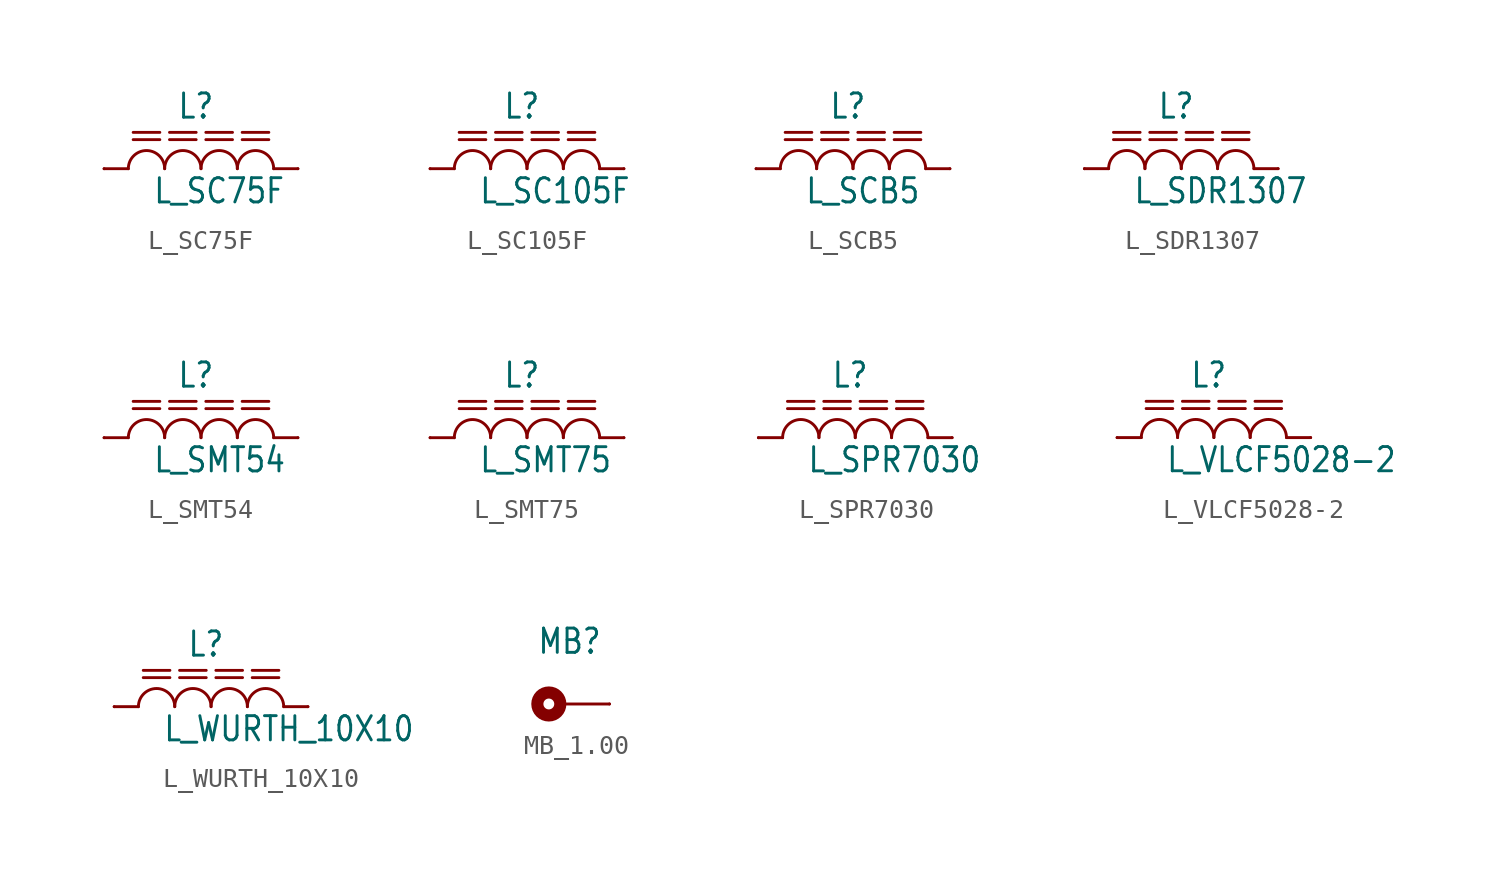
<source format=kicad_sym>
(kicad_symbol_lib
  (version 20201005)
  (generator kicad_symbol_editor)
  (symbol "L_SC75F"
    (property "Reference" "L"
      (at -1.27 2.54 0)
      (effects (font (size 1.27 1.079)) (justify left bottom)))
    (property "Value" "L_SC75F"
      (at -2.54 -1.905 0)
      (effects (font (size 1.27 1.079)) (justify left bottom)))
    (property "ki_locked" ""
      (at 0 0 0)
      (effects (font (size 1.27 1.27))))
    (symbol "L_SC75F_1_0"
      (arc (start -1.905 0) (end -3.81 0) (radius (at -2.8575 0) (length 0.9525) (angles 0.1 179.9)) (stroke (width 0.1524)) (fill (type none)))
      (arc (start 0 0) (end -1.905 0) (radius (at -0.9525 0) (length 0.9525) (angles 0.1 179.9)) (stroke (width 0.1524)) (fill (type none)))
      (arc (start 1.905 0) (end 0 0) (radius (at 0.9525 0) (length 0.9525) (angles 0.1 179.9)) (stroke (width 0.1524)) (fill (type none)))
      (arc (start 3.81 0) (end 1.905 0) (radius (at 2.8575 0) (length 0.9525) (angles 0.1 179.9)) (stroke (width 0.1524)) (fill (type none)))
      (polyline (pts (xy 3.81 0) (xy 5.08 0)) (stroke (width 0.152)) (fill (type none)))
      (polyline (pts (xy -5.08 0) (xy -3.81 0)) (stroke (width 0.152)) (fill (type none)))
      (polyline (pts (xy -3.556 1.905) (xy -2.159 1.905)) (stroke (width 0.152)) (fill (type none)))
      (polyline (pts (xy 0.254 1.905) (xy 1.651 1.905)) (stroke (width 0.152)) (fill (type none)))
      (polyline (pts (xy -1.651 1.905) (xy -0.254 1.905)) (stroke (width 0.152)) (fill (type none)))
      (polyline (pts (xy 2.159 1.905) (xy 3.556 1.905)) (stroke (width 0.152)) (fill (type none)))
      (polyline (pts (xy -3.556 1.524) (xy -2.159 1.524)) (stroke (width 0.152)) (fill (type none)))
      (polyline (pts (xy -1.651 1.524) (xy -0.254 1.524)) (stroke (width 0.152)) (fill (type none)))
      (polyline (pts (xy 0.254 1.524) (xy 1.651 1.524)) (stroke (width 0.152)) (fill (type none)))
      (polyline (pts (xy 2.159 1.524) (xy 3.556 1.524)) (stroke (width 0.152)) (fill (type none)))
      (pin passive line (at -5.08 0 0) (length 0) (name "1" (effects (font (size 0 0)))) (number "P$1" (effects (font (size 0 0)))))
      (pin passive line (at 5.08 0 180) (length 0) (name "2" (effects (font (size 0 0)))) (number "P$2" (effects (font (size 0 0)))))))
  (symbol "L_SC105F"
    (property "Reference" "L"
      (at -1.27 2.54 0)
      (effects (font (size 1.27 1.079)) (justify left bottom)))
    (property "Value" "L_SC105F"
      (at -2.54 -1.905 0)
      (effects (font (size 1.27 1.079)) (justify left bottom)))
    (property "ki_locked" ""
      (at 0 0 0)
      (effects (font (size 1.27 1.27))))
    (symbol "L_SC105F_1_0"
      (arc (start -1.905 0) (end -3.81 0) (radius (at -2.8575 0) (length 0.9525) (angles 0.1 179.9)) (stroke (width 0.1524)) (fill (type none)))
      (arc (start 0 0) (end -1.905 0) (radius (at -0.9525 0) (length 0.9525) (angles 0.1 179.9)) (stroke (width 0.1524)) (fill (type none)))
      (arc (start 1.905 0) (end 0 0) (radius (at 0.9525 0) (length 0.9525) (angles 0.1 179.9)) (stroke (width 0.1524)) (fill (type none)))
      (arc (start 3.81 0) (end 1.905 0) (radius (at 2.8575 0) (length 0.9525) (angles 0.1 179.9)) (stroke (width 0.1524)) (fill (type none)))
      (polyline (pts (xy 3.81 0) (xy 5.08 0)) (stroke (width 0.152)) (fill (type none)))
      (polyline (pts (xy -5.08 0) (xy -3.81 0)) (stroke (width 0.152)) (fill (type none)))
      (polyline (pts (xy -3.556 1.905) (xy -2.159 1.905)) (stroke (width 0.152)) (fill (type none)))
      (polyline (pts (xy 0.254 1.905) (xy 1.651 1.905)) (stroke (width 0.152)) (fill (type none)))
      (polyline (pts (xy -1.651 1.905) (xy -0.254 1.905)) (stroke (width 0.152)) (fill (type none)))
      (polyline (pts (xy 2.159 1.905) (xy 3.556 1.905)) (stroke (width 0.152)) (fill (type none)))
      (polyline (pts (xy -3.556 1.524) (xy -2.159 1.524)) (stroke (width 0.152)) (fill (type none)))
      (polyline (pts (xy -1.651 1.524) (xy -0.254 1.524)) (stroke (width 0.152)) (fill (type none)))
      (polyline (pts (xy 0.254 1.524) (xy 1.651 1.524)) (stroke (width 0.152)) (fill (type none)))
      (polyline (pts (xy 2.159 1.524) (xy 3.556 1.524)) (stroke (width 0.152)) (fill (type none)))
      (pin passive line (at -5.08 0 0) (length 0) (name "1" (effects (font (size 0 0)))) (number "P$1" (effects (font (size 0 0)))))
      (pin passive line (at 5.08 0 180) (length 0) (name "2" (effects (font (size 0 0)))) (number "P$2" (effects (font (size 0 0)))))))
  (symbol "L_SCB5"
    (property "Reference" "L"
      (at -1.27 2.54 0)
      (effects (font (size 1.27 1.079)) (justify left bottom)))
    (property "Value" "L_SCB5"
      (at -2.54 -1.905 0)
      (effects (font (size 1.27 1.079)) (justify left bottom)))
    (property "ki_locked" ""
      (at 0 0 0)
      (effects (font (size 1.27 1.27))))
    (symbol "L_SCB5_1_0"
      (arc (start -1.905 0) (end -3.81 0) (radius (at -2.8575 0) (length 0.9525) (angles 0.1 179.9)) (stroke (width 0.1524)) (fill (type none)))
      (arc (start 0 0) (end -1.905 0) (radius (at -0.9525 0) (length 0.9525) (angles 0.1 179.9)) (stroke (width 0.1524)) (fill (type none)))
      (arc (start 1.905 0) (end 0 0) (radius (at 0.9525 0) (length 0.9525) (angles 0.1 179.9)) (stroke (width 0.1524)) (fill (type none)))
      (arc (start 3.81 0) (end 1.905 0) (radius (at 2.8575 0) (length 0.9525) (angles 0.1 179.9)) (stroke (width 0.1524)) (fill (type none)))
      (polyline (pts (xy 3.81 0) (xy 5.08 0)) (stroke (width 0.152)) (fill (type none)))
      (polyline (pts (xy -5.08 0) (xy -3.81 0)) (stroke (width 0.152)) (fill (type none)))
      (polyline (pts (xy -3.556 1.905) (xy -2.159 1.905)) (stroke (width 0.152)) (fill (type none)))
      (polyline (pts (xy 0.254 1.905) (xy 1.651 1.905)) (stroke (width 0.152)) (fill (type none)))
      (polyline (pts (xy -1.651 1.905) (xy -0.254 1.905)) (stroke (width 0.152)) (fill (type none)))
      (polyline (pts (xy 2.159 1.905) (xy 3.556 1.905)) (stroke (width 0.152)) (fill (type none)))
      (polyline (pts (xy -3.556 1.524) (xy -2.159 1.524)) (stroke (width 0.152)) (fill (type none)))
      (polyline (pts (xy -1.651 1.524) (xy -0.254 1.524)) (stroke (width 0.152)) (fill (type none)))
      (polyline (pts (xy 0.254 1.524) (xy 1.651 1.524)) (stroke (width 0.152)) (fill (type none)))
      (polyline (pts (xy 2.159 1.524) (xy 3.556 1.524)) (stroke (width 0.152)) (fill (type none)))
      (pin passive line (at -5.08 0 0) (length 0) (name "1" (effects (font (size 0 0)))) (number "P$1" (effects (font (size 0 0)))))
      (pin passive line (at 5.08 0 180) (length 0) (name "2" (effects (font (size 0 0)))) (number "P$2" (effects (font (size 0 0)))))))
  (symbol "L_SDR1307"
    (property "Reference" "L"
      (at -1.27 2.54 0)
      (effects (font (size 1.27 1.079)) (justify left bottom)))
    (property "Value" "L_SDR1307"
      (at -2.54 -1.905 0)
      (effects (font (size 1.27 1.079)) (justify left bottom)))
    (property "ki_locked" ""
      (at 0 0 0)
      (effects (font (size 1.27 1.27))))
    (symbol "L_SDR1307_1_0"
      (arc (start -1.905 0) (end -3.81 0) (radius (at -2.8575 0) (length 0.9525) (angles 0.1 179.9)) (stroke (width 0.1524)) (fill (type none)))
      (arc (start 0 0) (end -1.905 0) (radius (at -0.9525 0) (length 0.9525) (angles 0.1 179.9)) (stroke (width 0.1524)) (fill (type none)))
      (arc (start 1.905 0) (end 0 0) (radius (at 0.9525 0) (length 0.9525) (angles 0.1 179.9)) (stroke (width 0.1524)) (fill (type none)))
      (arc (start 3.81 0) (end 1.905 0) (radius (at 2.8575 0) (length 0.9525) (angles 0.1 179.9)) (stroke (width 0.1524)) (fill (type none)))
      (polyline (pts (xy 3.81 0) (xy 5.08 0)) (stroke (width 0.152)) (fill (type none)))
      (polyline (pts (xy -5.08 0) (xy -3.81 0)) (stroke (width 0.152)) (fill (type none)))
      (polyline (pts (xy -3.556 1.905) (xy -2.159 1.905)) (stroke (width 0.152)) (fill (type none)))
      (polyline (pts (xy 0.254 1.905) (xy 1.651 1.905)) (stroke (width 0.152)) (fill (type none)))
      (polyline (pts (xy -1.651 1.905) (xy -0.254 1.905)) (stroke (width 0.152)) (fill (type none)))
      (polyline (pts (xy 2.159 1.905) (xy 3.556 1.905)) (stroke (width 0.152)) (fill (type none)))
      (polyline (pts (xy -3.556 1.524) (xy -2.159 1.524)) (stroke (width 0.152)) (fill (type none)))
      (polyline (pts (xy -1.651 1.524) (xy -0.254 1.524)) (stroke (width 0.152)) (fill (type none)))
      (polyline (pts (xy 0.254 1.524) (xy 1.651 1.524)) (stroke (width 0.152)) (fill (type none)))
      (polyline (pts (xy 2.159 1.524) (xy 3.556 1.524)) (stroke (width 0.152)) (fill (type none)))
      (pin passive line (at -5.08 0 0) (length 0) (name "1" (effects (font (size 0 0)))) (number "P$1" (effects (font (size 0 0)))))
      (pin passive line (at 5.08 0 180) (length 0) (name "2" (effects (font (size 0 0)))) (number "P$2" (effects (font (size 0 0)))))))
  (symbol "L_SMT54"
    (property "Reference" "L"
      (at -1.27 2.54 0)
      (effects (font (size 1.27 1.079)) (justify left bottom)))
    (property "Value" "L_SMT54"
      (at -2.54 -1.905 0)
      (effects (font (size 1.27 1.079)) (justify left bottom)))
    (property "ki_locked" ""
      (at 0 0 0)
      (effects (font (size 1.27 1.27))))
    (symbol "L_SMT54_1_0"
      (arc (start -1.905 0) (end -3.81 0) (radius (at -2.8575 0) (length 0.9525) (angles 0.1 179.9)) (stroke (width 0.1524)) (fill (type none)))
      (arc (start 0 0) (end -1.905 0) (radius (at -0.9525 0) (length 0.9525) (angles 0.1 179.9)) (stroke (width 0.1524)) (fill (type none)))
      (arc (start 1.905 0) (end 0 0) (radius (at 0.9525 0) (length 0.9525) (angles 0.1 179.9)) (stroke (width 0.1524)) (fill (type none)))
      (arc (start 3.81 0) (end 1.905 0) (radius (at 2.8575 0) (length 0.9525) (angles 0.1 179.9)) (stroke (width 0.1524)) (fill (type none)))
      (polyline (pts (xy 3.81 0) (xy 5.08 0)) (stroke (width 0.152)) (fill (type none)))
      (polyline (pts (xy -5.08 0) (xy -3.81 0)) (stroke (width 0.152)) (fill (type none)))
      (polyline (pts (xy -3.556 1.905) (xy -2.159 1.905)) (stroke (width 0.152)) (fill (type none)))
      (polyline (pts (xy 0.254 1.905) (xy 1.651 1.905)) (stroke (width 0.152)) (fill (type none)))
      (polyline (pts (xy -1.651 1.905) (xy -0.254 1.905)) (stroke (width 0.152)) (fill (type none)))
      (polyline (pts (xy 2.159 1.905) (xy 3.556 1.905)) (stroke (width 0.152)) (fill (type none)))
      (polyline (pts (xy -3.556 1.524) (xy -2.159 1.524)) (stroke (width 0.152)) (fill (type none)))
      (polyline (pts (xy -1.651 1.524) (xy -0.254 1.524)) (stroke (width 0.152)) (fill (type none)))
      (polyline (pts (xy 0.254 1.524) (xy 1.651 1.524)) (stroke (width 0.152)) (fill (type none)))
      (polyline (pts (xy 2.159 1.524) (xy 3.556 1.524)) (stroke (width 0.152)) (fill (type none)))
      (pin passive line (at -5.08 0 0) (length 0) (name "1" (effects (font (size 0 0)))) (number "P$1" (effects (font (size 0 0)))))
      (pin passive line (at 5.08 0 180) (length 0) (name "2" (effects (font (size 0 0)))) (number "P$2" (effects (font (size 0 0)))))))
  (symbol "L_SMT75"
    (property "Reference" "L"
      (at -1.27 2.54 0)
      (effects (font (size 1.27 1.079)) (justify left bottom)))
    (property "Value" "L_SMT75"
      (at -2.54 -1.905 0)
      (effects (font (size 1.27 1.079)) (justify left bottom)))
    (property "ki_locked" ""
      (at 0 0 0)
      (effects (font (size 1.27 1.27))))
    (symbol "L_SMT75_1_0"
      (arc (start -1.905 0) (end -3.81 0) (radius (at -2.8575 0) (length 0.9525) (angles 0.1 179.9)) (stroke (width 0.1524)) (fill (type none)))
      (arc (start 0 0) (end -1.905 0) (radius (at -0.9525 0) (length 0.9525) (angles 0.1 179.9)) (stroke (width 0.1524)) (fill (type none)))
      (arc (start 1.905 0) (end 0 0) (radius (at 0.9525 0) (length 0.9525) (angles 0.1 179.9)) (stroke (width 0.1524)) (fill (type none)))
      (arc (start 3.81 0) (end 1.905 0) (radius (at 2.8575 0) (length 0.9525) (angles 0.1 179.9)) (stroke (width 0.1524)) (fill (type none)))
      (polyline (pts (xy 3.81 0) (xy 5.08 0)) (stroke (width 0.152)) (fill (type none)))
      (polyline (pts (xy -5.08 0) (xy -3.81 0)) (stroke (width 0.152)) (fill (type none)))
      (polyline (pts (xy -3.556 1.905) (xy -2.159 1.905)) (stroke (width 0.152)) (fill (type none)))
      (polyline (pts (xy 0.254 1.905) (xy 1.651 1.905)) (stroke (width 0.152)) (fill (type none)))
      (polyline (pts (xy -1.651 1.905) (xy -0.254 1.905)) (stroke (width 0.152)) (fill (type none)))
      (polyline (pts (xy 2.159 1.905) (xy 3.556 1.905)) (stroke (width 0.152)) (fill (type none)))
      (polyline (pts (xy -3.556 1.524) (xy -2.159 1.524)) (stroke (width 0.152)) (fill (type none)))
      (polyline (pts (xy -1.651 1.524) (xy -0.254 1.524)) (stroke (width 0.152)) (fill (type none)))
      (polyline (pts (xy 0.254 1.524) (xy 1.651 1.524)) (stroke (width 0.152)) (fill (type none)))
      (polyline (pts (xy 2.159 1.524) (xy 3.556 1.524)) (stroke (width 0.152)) (fill (type none)))
      (pin passive line (at -5.08 0 0) (length 0) (name "1" (effects (font (size 0 0)))) (number "P$1" (effects (font (size 0 0)))))
      (pin passive line (at 5.08 0 180) (length 0) (name "2" (effects (font (size 0 0)))) (number "P$2" (effects (font (size 0 0)))))))
  (symbol "L_SPR7030"
    (property "Reference" "L"
      (at -1.27 2.54 0)
      (effects (font (size 1.27 1.079)) (justify left bottom)))
    (property "Value" "L_SPR7030"
      (at -2.54 -1.905 0)
      (effects (font (size 1.27 1.079)) (justify left bottom)))
    (property "ki_locked" ""
      (at 0 0 0)
      (effects (font (size 1.27 1.27))))
    (symbol "L_SPR7030_1_0"
      (arc (start -1.905 0) (end -3.81 0) (radius (at -2.8575 0) (length 0.9525) (angles 0.1 179.9)) (stroke (width 0.1524)) (fill (type none)))
      (arc (start 0 0) (end -1.905 0) (radius (at -0.9525 0) (length 0.9525) (angles 0.1 179.9)) (stroke (width 0.1524)) (fill (type none)))
      (arc (start 1.905 0) (end 0 0) (radius (at 0.9525 0) (length 0.9525) (angles 0.1 179.9)) (stroke (width 0.1524)) (fill (type none)))
      (arc (start 3.81 0) (end 1.905 0) (radius (at 2.8575 0) (length 0.9525) (angles 0.1 179.9)) (stroke (width 0.1524)) (fill (type none)))
      (polyline (pts (xy 3.81 0) (xy 5.08 0)) (stroke (width 0.152)) (fill (type none)))
      (polyline (pts (xy -5.08 0) (xy -3.81 0)) (stroke (width 0.152)) (fill (type none)))
      (polyline (pts (xy -3.556 1.905) (xy -2.159 1.905)) (stroke (width 0.152)) (fill (type none)))
      (polyline (pts (xy 0.254 1.905) (xy 1.651 1.905)) (stroke (width 0.152)) (fill (type none)))
      (polyline (pts (xy -1.651 1.905) (xy -0.254 1.905)) (stroke (width 0.152)) (fill (type none)))
      (polyline (pts (xy 2.159 1.905) (xy 3.556 1.905)) (stroke (width 0.152)) (fill (type none)))
      (polyline (pts (xy -3.556 1.524) (xy -2.159 1.524)) (stroke (width 0.152)) (fill (type none)))
      (polyline (pts (xy -1.651 1.524) (xy -0.254 1.524)) (stroke (width 0.152)) (fill (type none)))
      (polyline (pts (xy 0.254 1.524) (xy 1.651 1.524)) (stroke (width 0.152)) (fill (type none)))
      (polyline (pts (xy 2.159 1.524) (xy 3.556 1.524)) (stroke (width 0.152)) (fill (type none)))
      (pin passive line (at -5.08 0 0) (length 0) (name "1" (effects (font (size 0 0)))) (number "P$1" (effects (font (size 0 0)))))
      (pin passive line (at 5.08 0 180) (length 0) (name "2" (effects (font (size 0 0)))) (number "P$2" (effects (font (size 0 0)))))))
  (symbol "L_VLCF5028-2"
    (property "Reference" "L"
      (at -1.27 2.54 0)
      (effects (font (size 1.27 1.079)) (justify left bottom)))
    (property "Value" "L_VLCF5028-2"
      (at -2.54 -1.905 0)
      (effects (font (size 1.27 1.079)) (justify left bottom)))
    (property "ki_locked" ""
      (at 0 0 0)
      (effects (font (size 1.27 1.27))))
    (symbol "L_VLCF5028-2_1_0"
      (arc (start -1.905 0) (end -3.81 0) (radius (at -2.8575 0) (length 0.9525) (angles 0.1 179.9)) (stroke (width 0.1524)) (fill (type none)))
      (arc (start 0 0) (end -1.905 0) (radius (at -0.9525 0) (length 0.9525) (angles 0.1 179.9)) (stroke (width 0.1524)) (fill (type none)))
      (arc (start 1.905 0) (end 0 0) (radius (at 0.9525 0) (length 0.9525) (angles 0.1 179.9)) (stroke (width 0.1524)) (fill (type none)))
      (arc (start 3.81 0) (end 1.905 0) (radius (at 2.8575 0) (length 0.9525) (angles 0.1 179.9)) (stroke (width 0.1524)) (fill (type none)))
      (polyline (pts (xy 3.81 0) (xy 5.08 0)) (stroke (width 0.152)) (fill (type none)))
      (polyline (pts (xy -5.08 0) (xy -3.81 0)) (stroke (width 0.152)) (fill (type none)))
      (polyline (pts (xy -3.556 1.905) (xy -2.159 1.905)) (stroke (width 0.152)) (fill (type none)))
      (polyline (pts (xy 0.254 1.905) (xy 1.651 1.905)) (stroke (width 0.152)) (fill (type none)))
      (polyline (pts (xy -1.651 1.905) (xy -0.254 1.905)) (stroke (width 0.152)) (fill (type none)))
      (polyline (pts (xy 2.159 1.905) (xy 3.556 1.905)) (stroke (width 0.152)) (fill (type none)))
      (polyline (pts (xy -3.556 1.524) (xy -2.159 1.524)) (stroke (width 0.152)) (fill (type none)))
      (polyline (pts (xy -1.651 1.524) (xy -0.254 1.524)) (stroke (width 0.152)) (fill (type none)))
      (polyline (pts (xy 0.254 1.524) (xy 1.651 1.524)) (stroke (width 0.152)) (fill (type none)))
      (polyline (pts (xy 2.159 1.524) (xy 3.556 1.524)) (stroke (width 0.152)) (fill (type none)))
      (pin passive line (at -5.08 0 0) (length 0) (name "1" (effects (font (size 0 0)))) (number "P$1" (effects (font (size 0 0)))))
      (pin passive line (at 5.08 0 180) (length 0) (name "2" (effects (font (size 0 0)))) (number "P$2" (effects (font (size 0 0)))))))
  (symbol "L_WURTH_10X10"
    (property "Reference" "L"
      (at -1.27 2.54 0)
      (effects (font (size 1.27 1.079)) (justify left bottom)))
    (property "Value" "L_WURTH_10X10"
      (at -2.54 -1.905 0)
      (effects (font (size 1.27 1.079)) (justify left bottom)))
    (property "ki_locked" ""
      (at 0 0 0)
      (effects (font (size 1.27 1.27))))
    (symbol "L_WURTH_10X10_1_0"
      (arc (start -1.905 0) (end -3.81 0) (radius (at -2.8575 0) (length 0.9525) (angles 0.1 179.9)) (stroke (width 0.1524)) (fill (type none)))
      (arc (start 0 0) (end -1.905 0) (radius (at -0.9525 0) (length 0.9525) (angles 0.1 179.9)) (stroke (width 0.1524)) (fill (type none)))
      (arc (start 1.905 0) (end 0 0) (radius (at 0.9525 0) (length 0.9525) (angles 0.1 179.9)) (stroke (width 0.1524)) (fill (type none)))
      (arc (start 3.81 0) (end 1.905 0) (radius (at 2.8575 0) (length 0.9525) (angles 0.1 179.9)) (stroke (width 0.1524)) (fill (type none)))
      (polyline (pts (xy 3.81 0) (xy 5.08 0)) (stroke (width 0.152)) (fill (type none)))
      (polyline (pts (xy -5.08 0) (xy -3.81 0)) (stroke (width 0.152)) (fill (type none)))
      (polyline (pts (xy -3.556 1.905) (xy -2.159 1.905)) (stroke (width 0.152)) (fill (type none)))
      (polyline (pts (xy 0.254 1.905) (xy 1.651 1.905)) (stroke (width 0.152)) (fill (type none)))
      (polyline (pts (xy -1.651 1.905) (xy -0.254 1.905)) (stroke (width 0.152)) (fill (type none)))
      (polyline (pts (xy 2.159 1.905) (xy 3.556 1.905)) (stroke (width 0.152)) (fill (type none)))
      (polyline (pts (xy -3.556 1.524) (xy -2.159 1.524)) (stroke (width 0.152)) (fill (type none)))
      (polyline (pts (xy -1.651 1.524) (xy -0.254 1.524)) (stroke (width 0.152)) (fill (type none)))
      (polyline (pts (xy 0.254 1.524) (xy 1.651 1.524)) (stroke (width 0.152)) (fill (type none)))
      (polyline (pts (xy 2.159 1.524) (xy 3.556 1.524)) (stroke (width 0.152)) (fill (type none)))
      (pin passive line (at -5.08 0 0) (length 0) (name "1" (effects (font (size 0 0)))) (number "1" (effects (font (size 0 0)))))
      (pin passive line (at 5.08 0 180) (length 0) (name "2" (effects (font (size 0 0)))) (number "2" (effects (font (size 0 0)))))))
  (symbol "MB_1.00"
    (property "Reference" "MB"
      (at -1.27 2.54 0)
      (effects (font (size 1.27 1.079)) (justify left bottom)))
    (property "ki_locked" ""
      (at 0 0 0)
      (effects (font (size 1.27 1.27))))
    (symbol "MB_1.00_1_0"
      (circle (center -0.635 0) (radius 0.635) (stroke (width 0.152)) (fill (type none)))
      (circle (center -0.635 0) (radius 0.284) (stroke (width 0.635)) (fill (type none)))
      (polyline (pts (xy 2.54 0) (xy 0 0)) (stroke (width 0.152)) (fill (type none)))
      (pin passive line (at 2.54 0 180) (length 0) (name "1" (effects (font (size 0 0)))) (number "1" (effects (font (size 0 0))))))))
</source>
